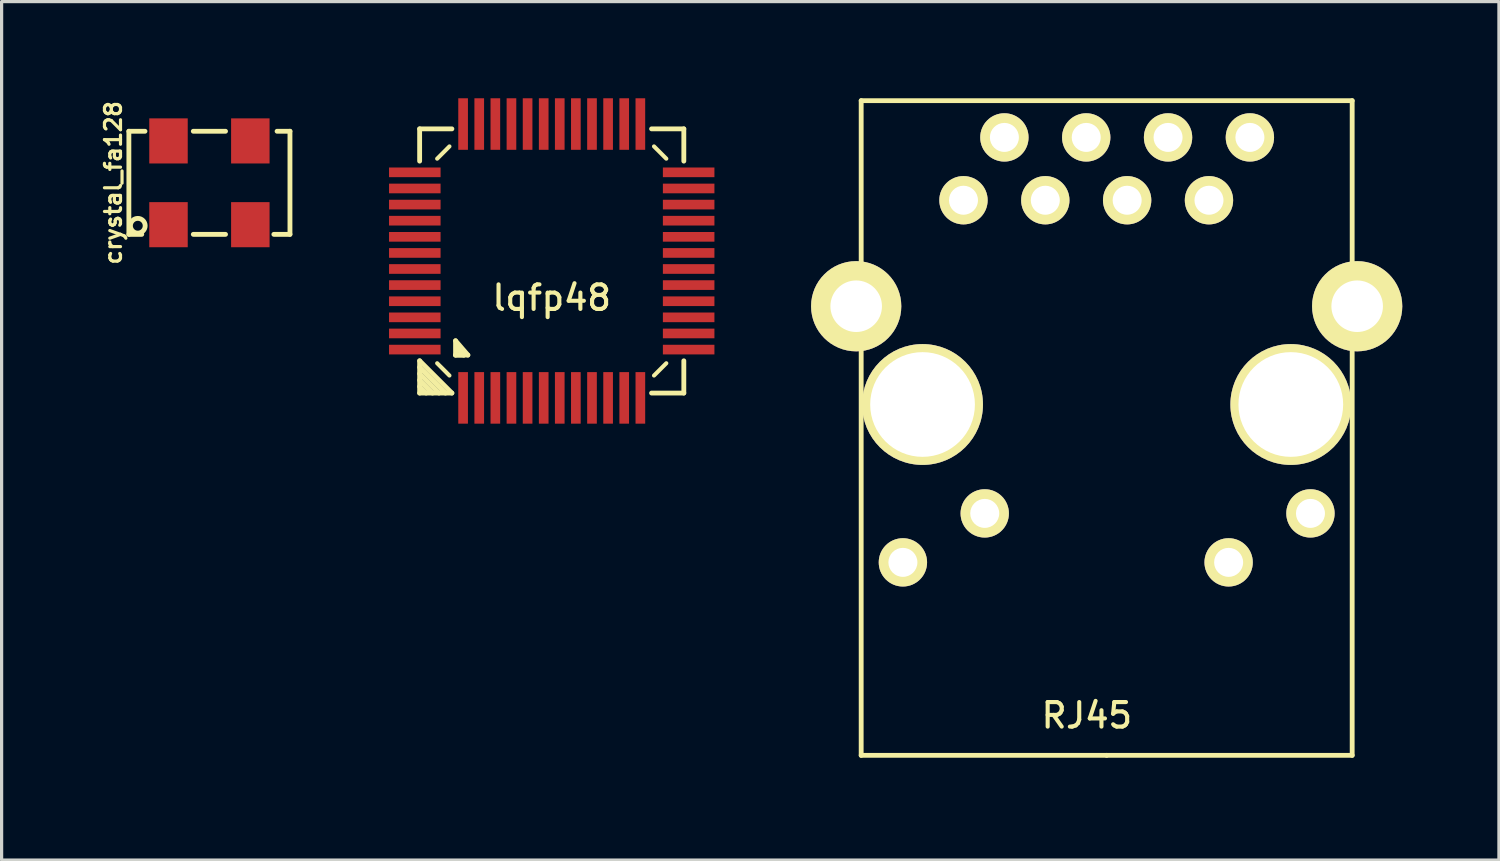
<source format=kicad_pcb>
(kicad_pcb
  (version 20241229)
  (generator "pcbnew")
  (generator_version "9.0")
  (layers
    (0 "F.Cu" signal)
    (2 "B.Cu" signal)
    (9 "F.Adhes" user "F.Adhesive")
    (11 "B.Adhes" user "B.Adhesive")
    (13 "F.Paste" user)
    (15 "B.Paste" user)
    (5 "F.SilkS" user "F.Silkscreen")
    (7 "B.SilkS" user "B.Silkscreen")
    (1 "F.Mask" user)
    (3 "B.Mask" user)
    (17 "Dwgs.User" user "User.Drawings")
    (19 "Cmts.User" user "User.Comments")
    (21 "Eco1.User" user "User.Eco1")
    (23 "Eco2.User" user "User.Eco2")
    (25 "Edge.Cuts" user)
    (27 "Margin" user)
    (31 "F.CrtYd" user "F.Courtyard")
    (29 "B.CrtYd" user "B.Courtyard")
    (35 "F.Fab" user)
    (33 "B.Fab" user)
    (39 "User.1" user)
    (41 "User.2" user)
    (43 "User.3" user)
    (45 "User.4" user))
  (footprint "crystal_fa128"
    (layer "F.Cu")
    (at 3.45 2.624)
    (property "Reference" "crystal_fa128" (at -2.985 0 90) (layer "F.SilkS") (effects (font (size 0.498 0.498) (thickness 0.099))))
    (attr through_hole)
    (fp_line (start -2.5 1.6) (end -2.5 -1.6) (stroke (width 0.15) (type solid)) (layer "F.SilkS"))
    (fp_line (start -2.5 1.6) (end -2.1 1.6) (stroke (width 0.15) (type solid)) (layer "F.SilkS"))
    (fp_line (start -2 -1.6) (end -2.5 -1.6) (stroke (width 0.15) (type solid)) (layer "F.SilkS"))
    (fp_line (start -0.5 1.6) (end 0.5 1.6) (stroke (width 0.15) (type solid)) (layer "F.SilkS"))
    (fp_line (start 0.5 -1.6) (end -0.5 -1.6) (stroke (width 0.15) (type solid)) (layer "F.SilkS"))
    (fp_line (start 2 1.6) (end 2.5 1.6) (stroke (width 0.15) (type solid)) (layer "F.SilkS"))
    (fp_line (start 2.5 -1.6) (end 2.1 -1.6) (stroke (width 0.15) (type solid)) (layer "F.SilkS"))
    (fp_line (start 2.5 -1.6) (end 2.5 1.6) (stroke (width 0.15) (type solid)) (layer "F.SilkS"))
    (fp_circle (center -2.223 1.333) (end -2.349 1.524) (stroke (width 0.15) (type solid)) (fill no) (layer "F.SilkS"))
    (pad "1" smd rect (at -1.27 1.3) (size 1.194 1.4) (layers "F.Cu" "F.Mask" "F.Paste"))
    (pad "2" smd rect (at 1.27 1.3) (size 1.194 1.4) (layers "F.Cu" "F.Mask" "F.Paste"))
    (pad "3" smd rect (at 1.27 -1.3) (size 1.194 1.4) (layers "F.Cu" "F.Mask" "F.Paste"))
    (pad "4" smd rect (at -1.27 -1.3) (size 1.194 1.4) (layers "F.Cu" "F.Mask" "F.Paste")))
  (footprint "RJ45"
    (layer "F.Cu")
    (at 31.3 20.395)
    (property "Reference" "RJ45" (at -0.616 -1.238 0) (layer "F.SilkS") (effects (font (size 0.762 0.762) (thickness 0.127))))
    (attr through_hole)
    (fp_line (start -7.62 -20.32) (end -7.62 0) (stroke (width 0.15) (type solid)) (layer "F.SilkS"))
    (fp_line (start -7.62 0) (end 0 0) (stroke (width 0.15) (type solid)) (layer "F.SilkS"))
    (fp_line (start 0 0) (end 7.62 0) (stroke (width 0.15) (type solid)) (layer "F.SilkS"))
    (fp_line (start 7.62 -20.32) (end -7.62 -20.32) (stroke (width 0.15) (type solid)) (layer "F.SilkS"))
    (fp_line (start 7.62 0) (end 7.62 -20.32) (stroke (width 0.15) (type solid)) (layer "F.SilkS"))
    (pad "" thru_hole circle (at -5.715 -10.89) (size 3.75 3.75) (drill 3.25) (layers "*.Cu" "*.Mask" "F.SilkS"))
    (pad "" thru_hole circle (at 5.715 -10.89) (size 3.75 3.75) (drill 3.25) (layers "*.Cu" "*.Mask" "F.SilkS"))
    (pad "L1" thru_hole circle (at 6.325 -7.51) (size 1.5 1.5) (drill 0.9) (layers "*.Cu" "*.Mask" "F.SilkS"))
    (pad "L2" thru_hole circle (at 3.785 -5.99) (size 1.5 1.5) (drill 0.9) (layers "*.Cu" "*.Mask" "F.SilkS"))
    (pad "L3" thru_hole circle (at -3.785 -7.51) (size 1.5 1.5) (drill 0.9) (layers "*.Cu" "*.Mask" "F.SilkS"))
    (pad "L4" thru_hole circle (at -6.325 -5.99) (size 1.5 1.5) (drill 0.9) (layers "*.Cu" "*.Mask" "F.SilkS"))
    (pad "R1" thru_hole circle (at -4.445 -17.23) (size 1.5 1.5) (drill 0.9) (layers "*.Cu" "*.Mask" "F.SilkS"))
    (pad "R2" thru_hole circle (at -3.175 -19.18) (size 1.5 1.5) (drill 0.9) (layers "*.Cu" "*.Mask" "F.SilkS"))
    (pad "R3" thru_hole circle (at -1.905 -17.23) (size 1.5 1.5) (drill 0.9) (layers "*.Cu" "*.Mask" "F.SilkS"))
    (pad "R4" thru_hole circle (at -0.635 -19.18) (size 1.5 1.5) (drill 0.9) (layers "*.Cu" "*.Mask" "F.SilkS"))
    (pad "R5" thru_hole circle (at 0.635 -17.23) (size 1.5 1.5) (drill 0.9) (layers "*.Cu" "*.Mask" "F.SilkS"))
    (pad "R6" thru_hole circle (at 1.905 -19.18) (size 1.5 1.5) (drill 0.9) (layers "*.Cu" "*.Mask" "F.SilkS"))
    (pad "R7" thru_hole circle (at 3.175 -17.23) (size 1.5 1.5) (drill 0.9) (layers "*.Cu" "*.Mask" "F.SilkS"))
    (pad "R8" thru_hole circle (at 4.445 -19.18) (size 1.5 1.5) (drill 0.9) (layers "*.Cu" "*.Mask" "F.SilkS"))
    (pad "SH" thru_hole circle (at -7.775 -13.94) (size 2.8 2.8) (drill 1.6) (layers "*.Cu" "*.Mask" "F.SilkS"))
    (pad "SH" thru_hole circle (at 7.775 -13.94) (size 2.8 2.8) (drill 1.6) (layers "*.Cu" "*.Mask" "F.SilkS")))
  (footprint "lqfp48"
    (layer "F.Cu")
    (at 14.075 5.05)
    (property "Reference" "lqfp48" (at 0 1.143 0) (layer "F.SilkS") (effects (font (size 0.762 0.762) (thickness 0.127))))
    (attr through_hole)
    (fp_line (start -4.1 -4.1) (end -3.099 -4.1) (stroke (width 0.15) (type solid)) (layer "F.SilkS"))
    (fp_line (start -4.1 -3.099) (end -4.1 -4.1) (stroke (width 0.15) (type solid)) (layer "F.SilkS"))
    (fp_line (start -4.1 3.099) (end -3.099 4.1) (stroke (width 0.15) (type solid)) (layer "F.SilkS"))
    (fp_line (start -4.1 3.5) (end -3.5 4.1) (stroke (width 0.15) (type solid)) (layer "F.SilkS"))
    (fp_line (start -4.1 3.899) (end -3.899 4.1) (stroke (width 0.15) (type solid)) (layer "F.SilkS"))
    (fp_line (start -4.1 4.1) (end -4.1 3.099) (stroke (width 0.15) (type solid)) (layer "F.SilkS"))
    (fp_line (start -3.701 4.1) (end -4.1 3.701) (stroke (width 0.15) (type solid)) (layer "F.SilkS"))
    (fp_line (start -3.556 -3.175) (end -3.175 -3.556) (stroke (width 0.127) (type solid)) (layer "F.SilkS"))
    (fp_line (start -3.299 4.1) (end -4.1 3.299) (stroke (width 0.15) (type solid)) (layer "F.SilkS"))
    (fp_line (start -3.175 3.556) (end -3.556 3.175) (stroke (width 0.127) (type solid)) (layer "F.SilkS"))
    (fp_line (start -3.099 4.1) (end -4.1 4.1) (stroke (width 0.15) (type solid)) (layer "F.SilkS"))
    (fp_line (start -2.985 2.477) (end -2.603 2.921) (stroke (width 0.15) (type solid)) (layer "F.SilkS"))
    (fp_line (start -2.985 2.921) (end -2.985 2.477) (stroke (width 0.15) (type solid)) (layer "F.SilkS"))
    (fp_line (start -2.985 2.921) (end -2.731 2.921) (stroke (width 0.15) (type solid)) (layer "F.SilkS"))
    (fp_line (start -2.731 2.921) (end -2.921 2.731) (stroke (width 0.15) (type solid)) (layer "F.SilkS"))
    (fp_line (start -2.603 2.921) (end -2.985 2.921) (stroke (width 0.15) (type solid)) (layer "F.SilkS"))
    (fp_line (start 3.099 -4.1) (end 4.1 -4.1) (stroke (width 0.15) (type solid)) (layer "F.SilkS"))
    (fp_line (start 3.175 -3.556) (end 3.556 -3.175) (stroke (width 0.127) (type solid)) (layer "F.SilkS"))
    (fp_line (start 3.556 3.175) (end 3.175 3.556) (stroke (width 0.127) (type solid)) (layer "F.SilkS"))
    (fp_line (start 4.1 -4.1) (end 4.1 -3.099) (stroke (width 0.15) (type solid)) (layer "F.SilkS"))
    (fp_line (start 4.1 3.099) (end 4.1 4.1) (stroke (width 0.15) (type solid)) (layer "F.SilkS"))
    (fp_line (start 4.1 4.1) (end 3.099 4.1) (stroke (width 0.15) (type solid)) (layer "F.SilkS"))
    (pad "1" smd rect (at -2.751 4.25) (size 0.3 1.6) (layers "F.Cu" "F.Mask" "F.Paste"))
    (pad "2" smd rect (at -2.25 4.25) (size 0.3 1.6) (layers "F.Cu" "F.Mask" "F.Paste"))
    (pad "3" smd rect (at -1.75 4.25) (size 0.3 1.6) (layers "F.Cu" "F.Mask" "F.Paste"))
    (pad "4" smd rect (at -1.25 4.25) (size 0.3 1.6) (layers "F.Cu" "F.Mask" "F.Paste"))
    (pad "5" smd rect (at -0.749 4.25) (size 0.3 1.6) (layers "F.Cu" "F.Mask" "F.Paste"))
    (pad "6" smd rect (at -0.249 4.25) (size 0.3 1.6) (layers "F.Cu" "F.Mask" "F.Paste"))
    (pad "7" smd rect (at 0.249 4.25) (size 0.3 1.6) (layers "F.Cu" "F.Mask" "F.Paste"))
    (pad "8" smd rect (at 0.749 4.25) (size 0.3 1.6) (layers "F.Cu" "F.Mask" "F.Paste"))
    (pad "9" smd rect (at 1.25 4.25) (size 0.3 1.6) (layers "F.Cu" "F.Mask" "F.Paste"))
    (pad "10" smd rect (at 1.75 4.25) (size 0.3 1.6) (layers "F.Cu" "F.Mask" "F.Paste"))
    (pad "11" smd rect (at 2.25 4.25) (size 0.3 1.6) (layers "F.Cu" "F.Mask" "F.Paste"))
    (pad "12" smd rect (at 2.751 4.25) (size 0.3 1.6) (layers "F.Cu" "F.Mask" "F.Paste"))
    (pad "13" smd rect (at 4.25 2.751) (size 1.6 0.3) (layers "F.Cu" "F.Mask" "F.Paste"))
    (pad "14" smd rect (at 4.25 2.25) (size 1.6 0.3) (layers "F.Cu" "F.Mask" "F.Paste"))
    (pad "15" smd rect (at 4.25 1.75) (size 1.6 0.3) (layers "F.Cu" "F.Mask" "F.Paste"))
    (pad "16" smd rect (at 4.25 1.25) (size 1.6 0.3) (layers "F.Cu" "F.Mask" "F.Paste"))
    (pad "17" smd rect (at 4.25 0.749) (size 1.6 0.3) (layers "F.Cu" "F.Mask" "F.Paste"))
    (pad "18" smd rect (at 4.25 0.249) (size 1.6 0.3) (layers "F.Cu" "F.Mask" "F.Paste"))
    (pad "19" smd rect (at 4.25 -0.249) (size 1.6 0.3) (layers "F.Cu" "F.Mask" "F.Paste"))
    (pad "20" smd rect (at 4.25 -0.749) (size 1.6 0.3) (layers "F.Cu" "F.Mask" "F.Paste"))
    (pad "21" smd rect (at 4.25 -1.25) (size 1.6 0.3) (layers "F.Cu" "F.Mask" "F.Paste"))
    (pad "22" smd rect (at 4.25 -1.75) (size 1.6 0.3) (layers "F.Cu" "F.Mask" "F.Paste"))
    (pad "23" smd rect (at 4.25 -2.25) (size 1.6 0.3) (layers "F.Cu" "F.Mask" "F.Paste"))
    (pad "24" smd rect (at 4.25 -2.751) (size 1.6 0.3) (layers "F.Cu" "F.Mask" "F.Paste"))
    (pad "25" smd rect (at 2.751 -4.25) (size 0.3 1.6) (layers "F.Cu" "F.Mask" "F.Paste"))
    (pad "26" smd rect (at 2.25 -4.25) (size 0.3 1.6) (layers "F.Cu" "F.Mask" "F.Paste"))
    (pad "27" smd rect (at 1.75 -4.25) (size 0.3 1.6) (layers "F.Cu" "F.Mask" "F.Paste"))
    (pad "28" smd rect (at 1.25 -4.25) (size 0.3 1.6) (layers "F.Cu" "F.Mask" "F.Paste"))
    (pad "29" smd rect (at 0.749 -4.25) (size 0.3 1.6) (layers "F.Cu" "F.Mask" "F.Paste"))
    (pad "30" smd rect (at 0.249 -4.25) (size 0.3 1.6) (layers "F.Cu" "F.Mask" "F.Paste"))
    (pad "31" smd rect (at -0.249 -4.25) (size 0.3 1.6) (layers "F.Cu" "F.Mask" "F.Paste"))
    (pad "32" smd rect (at -0.749 -4.25) (size 0.3 1.6) (layers "F.Cu" "F.Mask" "F.Paste"))
    (pad "33" smd rect (at -1.25 -4.25) (size 0.3 1.6) (layers "F.Cu" "F.Mask" "F.Paste"))
    (pad "34" smd rect (at -1.75 -4.25) (size 0.3 1.6) (layers "F.Cu" "F.Mask" "F.Paste"))
    (pad "35" smd rect (at -2.25 -4.25) (size 0.3 1.6) (layers "F.Cu" "F.Mask" "F.Paste"))
    (pad "36" smd rect (at -2.751 -4.25) (size 0.3 1.6) (layers "F.Cu" "F.Mask" "F.Paste"))
    (pad "37" smd rect (at -4.25 -2.751) (size 1.6 0.3) (layers "F.Cu" "F.Mask" "F.Paste"))
    (pad "38" smd rect (at -4.25 -2.25) (size 1.6 0.3) (layers "F.Cu" "F.Mask" "F.Paste"))
    (pad "39" smd rect (at -4.25 -1.75) (size 1.6 0.3) (layers "F.Cu" "F.Mask" "F.Paste"))
    (pad "40" smd rect (at -4.25 -1.25) (size 1.6 0.3) (layers "F.Cu" "F.Mask" "F.Paste"))
    (pad "41" smd rect (at -4.25 -0.749) (size 1.6 0.3) (layers "F.Cu" "F.Mask" "F.Paste"))
    (pad "42" smd rect (at -4.25 -0.249) (size 1.6 0.3) (layers "F.Cu" "F.Mask" "F.Paste"))
    (pad "43" smd rect (at -4.25 0.249) (size 1.6 0.3) (layers "F.Cu" "F.Mask" "F.Paste"))
    (pad "44" smd rect (at -4.25 0.749) (size 1.6 0.3) (layers "F.Cu" "F.Mask" "F.Paste"))
    (pad "45" smd rect (at -4.25 1.25) (size 1.6 0.3) (layers "F.Cu" "F.Mask" "F.Paste"))
    (pad "46" smd rect (at -4.25 1.75) (size 1.6 0.3) (layers "F.Cu" "F.Mask" "F.Paste"))
    (pad "47" smd rect (at -4.25 2.25) (size 1.6 0.3) (layers "F.Cu" "F.Mask" "F.Paste"))
    (pad "48" smd rect (at -4.25 2.751) (size 1.6 0.3) (layers "F.Cu" "F.Mask" "F.Paste")))
  (gr_rect
    (start -3 -3)
    (end 43.475 23.645)
    (stroke (width 0.1) (type default))
    (fill no)
    (layer "Edge.Cuts")))
</source>
